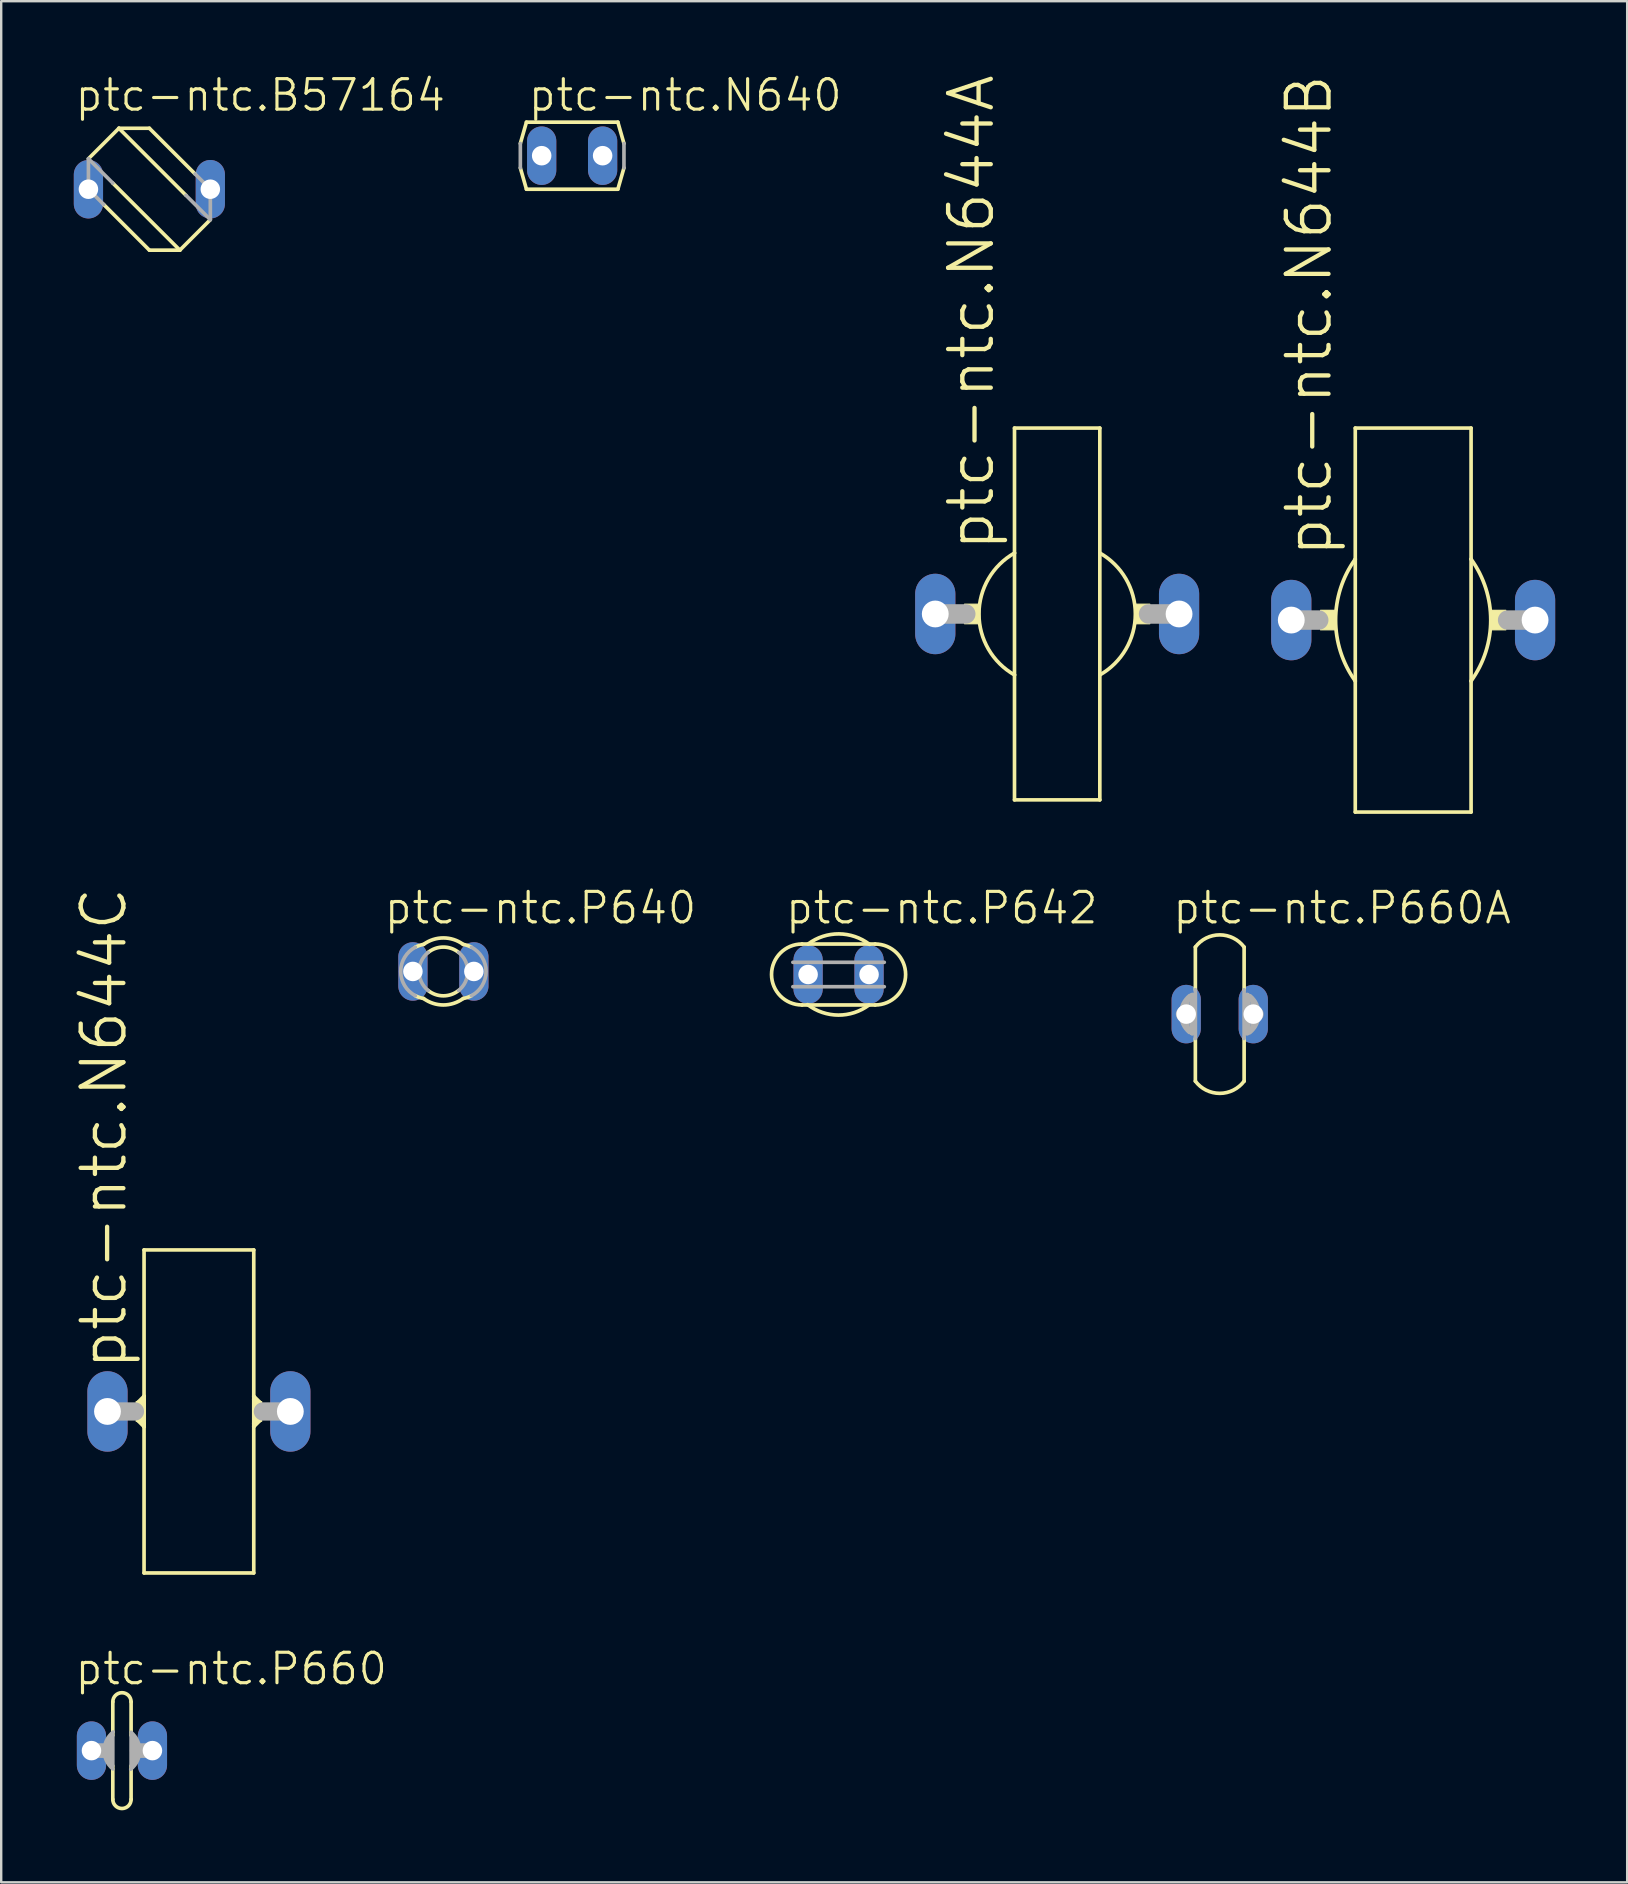
<source format=kicad_pcb>
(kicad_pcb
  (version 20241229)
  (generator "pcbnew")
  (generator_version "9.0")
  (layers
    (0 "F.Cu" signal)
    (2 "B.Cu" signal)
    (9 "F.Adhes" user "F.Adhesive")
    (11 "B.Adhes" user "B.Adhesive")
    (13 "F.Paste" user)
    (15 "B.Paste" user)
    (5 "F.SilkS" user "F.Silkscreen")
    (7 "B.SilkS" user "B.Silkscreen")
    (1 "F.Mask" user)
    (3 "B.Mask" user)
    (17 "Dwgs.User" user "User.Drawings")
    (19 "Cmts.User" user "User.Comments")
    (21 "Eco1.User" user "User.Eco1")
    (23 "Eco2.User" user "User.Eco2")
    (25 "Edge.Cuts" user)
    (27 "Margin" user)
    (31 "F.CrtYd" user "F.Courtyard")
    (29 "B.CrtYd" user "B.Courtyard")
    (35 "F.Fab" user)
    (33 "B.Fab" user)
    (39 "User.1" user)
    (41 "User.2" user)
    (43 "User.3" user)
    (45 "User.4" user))
  (footprint "ptc-ntc.N640"
    (layer "F.Cu")
    (at 20.793 3.438)
    (property "Reference" "ptc-ntc.N640" (at -1.905 -1.778 0) (layer "F.SilkS") (effects (font (size 1.27 1.27) (thickness 0.13)) (justify left bottom)))
    (attr through_hole)
    (fp_line (start -2.159 0.508) (end -1.905 1.397) (stroke (width 0.152) (type default)) (layer "F.SilkS"))
    (fp_line (start -1.905 -1.397) (end -2.159 -0.508) (stroke (width 0.152) (type default)) (layer "F.SilkS"))
    (fp_line (start -1.905 -1.397) (end 1.905 -1.397) (stroke (width 0.152) (type default)) (layer "F.SilkS"))
    (fp_line (start 1.905 -1.397) (end 2.159 -0.508) (stroke (width 0.152) (type default)) (layer "F.SilkS"))
    (fp_line (start 1.905 1.397) (end -1.905 1.397) (stroke (width 0.152) (type default)) (layer "F.SilkS"))
    (fp_line (start 2.159 0.508) (end 1.905 1.397) (stroke (width 0.152) (type default)) (layer "F.SilkS"))
    (fp_line (start -2.159 -0.508) (end -2.159 0.508) (stroke (width 0.152) (type default)) (layer "F.Fab"))
    (fp_line (start 2.159 -0.508) (end 2.159 0.508) (stroke (width 0.152) (type default)) (layer "F.Fab"))
    (pad "1" thru_hole oval (at -1.27 0 90) (size 2.438 1.219) (drill 0.813) (layers "*.Cu" "*.Mask"))
    (pad "2" thru_hole oval (at 1.27 0 90) (size 2.438 1.219) (drill 0.813) (layers "*.Cu" "*.Mask")))
  (footprint "ptc-ntc.B57164"
    (layer "F.Cu")
    (at 3.175 4.835)
    (property "Reference" "ptc-ntc.B57164" (at -3.175 -3.175 0) (layer "F.SilkS") (effects (font (size 1.27 1.27) (thickness 0.13)) (justify left bottom)))
    (attr through_hole)
    (fp_line (start -2.54 -1.27) (end -1.27 -2.54) (stroke (width 0.152) (type default)) (layer "F.SilkS"))
    (fp_line (start -1.905 0.635) (end 0 2.54) (stroke (width 0.152) (type default)) (layer "F.SilkS"))
    (fp_line (start -1.27 -2.54) (end 0 -2.54) (stroke (width 0.152) (type default)) (layer "F.SilkS"))
    (fp_line (start -1.27 -2.54) (end 1.524 0.254) (stroke (width 0.152) (type default)) (layer "F.SilkS"))
    (fp_line (start 0 -2.54) (end 1.905 -0.635) (stroke (width 0.152) (type default)) (layer "F.SilkS"))
    (fp_line (start 0 2.54) (end 1.27 2.54) (stroke (width 0.152) (type default)) (layer "F.SilkS"))
    (fp_line (start 1.27 2.54) (end -1.524 -0.254) (stroke (width 0.152) (type default)) (layer "F.SilkS"))
    (fp_line (start 2.54 1.27) (end 1.27 2.54) (stroke (width 0.152) (type default)) (layer "F.SilkS"))
    (fp_line (start -2.54 -1.27) (end -2.54 0) (stroke (width 0.152) (type default)) (layer "F.Fab"))
    (fp_line (start -2.54 0) (end -1.905 0.635) (stroke (width 0.152) (type default)) (layer "F.Fab"))
    (fp_line (start -1.524 -0.254) (end -2.54 -1.27) (stroke (width 0.152) (type default)) (layer "F.Fab"))
    (fp_line (start 1.524 0.254) (end 2.54 1.27) (stroke (width 0.152) (type default)) (layer "F.Fab"))
    (fp_line (start 1.905 -0.635) (end 2.54 0) (stroke (width 0.152) (type default)) (layer "F.Fab"))
    (fp_line (start 2.54 0) (end 2.54 1.27) (stroke (width 0.152) (type default)) (layer "F.Fab"))
    (pad "1" thru_hole oval (at -2.54 0 90) (size 2.438 1.219) (drill 0.813) (layers "*.Cu" "*.Mask"))
    (pad "2" thru_hole oval (at 2.54 0 90) (size 2.438 1.219) (drill 0.813) (layers "*.Cu" "*.Mask")))
  (footprint "ptc-ntc.P660A"
    (layer "F.Cu")
    (at 47.78 39.211)
    (property "Reference" "ptc-ntc.P660A" (at -2.032 -3.683 0) (layer "F.SilkS") (effects (font (size 1.27 1.27) (thickness 0.13)) (justify left bottom)))
    (attr through_hole)
    (fp_line (start -1.016 -2.794) (end -1.016 -1.016) (stroke (width 0.152) (type default)) (layer "F.SilkS"))
    (fp_line (start -1.016 1.016) (end -1.016 2.794) (stroke (width 0.152) (type default)) (layer "F.SilkS"))
    (fp_line (start 1.016 -1.016) (end 1.016 -2.794) (stroke (width 0.152) (type default)) (layer "F.SilkS"))
    (fp_line (start 1.016 2.794) (end 1.016 1.016) (stroke (width 0.152) (type default)) (layer "F.SilkS"))
    (fp_arc (start -1.016 -2.794) (mid 0 -3.302) (end 1.016 -2.794) (stroke (width 0.1524) (type default)) (layer "F.SilkS"))
    (fp_arc (start 1.016 2.794) (mid 0 3.302) (end -1.016 2.794) (stroke (width 0.1524) (type default)) (layer "F.SilkS"))
    (fp_line (start -1.397 -0.508) (end -1.397 0) (stroke (width 0.254) (type default)) (layer "F.Fab"))
    (fp_line (start -1.397 0) (end -1.524 0) (stroke (width 0.61) (type default)) (layer "F.Fab"))
    (fp_line (start -1.397 0) (end -1.397 0.508) (stroke (width 0.254) (type default)) (layer "F.Fab"))
    (fp_line (start -1.143 -0.762) (end -1.27 -0.635) (stroke (width 0.254) (type default)) (layer "F.Fab"))
    (fp_line (start -1.143 -0.762) (end -1.143 0.762) (stroke (width 0.254) (type default)) (layer "F.Fab"))
    (fp_line (start -1.143 0.762) (end -1.27 0.635) (stroke (width 0.254) (type default)) (layer "F.Fab"))
    (fp_line (start -1.016 1.016) (end -1.016 -1.016) (stroke (width 0.152) (type default)) (layer "F.Fab"))
    (fp_line (start 1.016 -1.016) (end 1.016 1.016) (stroke (width 0.152) (type default)) (layer "F.Fab"))
    (fp_line (start 1.143 -0.762) (end 1.143 0.762) (stroke (width 0.254) (type default)) (layer "F.Fab"))
    (fp_line (start 1.143 -0.762) (end 1.27 -0.635) (stroke (width 0.254) (type default)) (layer "F.Fab"))
    (fp_line (start 1.143 0.762) (end 1.27 0.635) (stroke (width 0.254) (type default)) (layer "F.Fab"))
    (fp_line (start 1.397 0) (end 1.397 -0.508) (stroke (width 0.254) (type default)) (layer "F.Fab"))
    (fp_line (start 1.397 0) (end 1.524 0) (stroke (width 0.61) (type default)) (layer "F.Fab"))
    (fp_line (start 1.397 0.508) (end 1.397 0) (stroke (width 0.254) (type default)) (layer "F.Fab"))
    (fp_arc (start -1.27 0.762) (mid -1.626823 -0.009904) (end -1.2546 -0.7745) (stroke (width 0.1524) (type default)) (layer "F.Fab"))
    (fp_arc (start 1.27 -0.762) (mid 1.626823 0.009904) (end 1.2546 0.7745) (stroke (width 0.1524) (type default)) (layer "F.Fab"))
    (pad "1" thru_hole oval (at -1.397 0 90) (size 2.438 1.219) (drill 0.813) (layers "*.Cu" "*.Mask"))
    (pad "2" thru_hole oval (at 1.397 0 90) (size 2.438 1.219) (drill 0.813) (layers "*.Cu" "*.Mask")))
  (footprint "ptc-ntc.N644C"
    (layer "F.Cu")
    (at 5.239 55.769)
    (property "Reference" "ptc-ntc.N644C" (at -2.921 -1.651 90) (layer "F.SilkS") (effects (font (size 1.778 1.778) (thickness 0.18)) (justify left bottom)))
    (attr through_hole)
    (fp_line (start -2.54 -0.381) (end -2.286 -0.635) (stroke (width 0.152) (type default)) (layer "F.SilkS"))
    (fp_line (start -2.54 0.381) (end -2.54 -0.381) (stroke (width 0.152) (type default)) (layer "F.SilkS"))
    (fp_line (start -2.54 0.381) (end -2.286 0.635) (stroke (width 0.152) (type default)) (layer "F.SilkS"))
    (fp_line (start -2.413 -0.381) (end -2.286 -0.508) (stroke (width 0.152) (type default)) (layer "F.SilkS"))
    (fp_line (start -2.413 0.381) (end -2.286 0.508) (stroke (width 0.152) (type default)) (layer "F.SilkS"))
    (fp_line (start -2.286 -6.731) (end -2.286 -0.635) (stroke (width 0.152) (type default)) (layer "F.SilkS"))
    (fp_line (start -2.286 -6.731) (end 2.286 -6.731) (stroke (width 0.152) (type default)) (layer "F.SilkS"))
    (fp_line (start -2.286 -0.635) (end -2.286 -0.508) (stroke (width 0.152) (type default)) (layer "F.SilkS"))
    (fp_line (start -2.286 -0.635) (end -2.286 0.635) (stroke (width 0.152) (type default)) (layer "F.SilkS"))
    (fp_line (start -2.286 -0.508) (end -2.286 0.508) (stroke (width 0.152) (type default)) (layer "F.SilkS"))
    (fp_line (start -2.286 0.508) (end -2.286 0.635) (stroke (width 0.152) (type default)) (layer "F.SilkS"))
    (fp_line (start -2.286 0.635) (end -2.286 6.731) (stroke (width 0.152) (type default)) (layer "F.SilkS"))
    (fp_line (start 2.286 -0.635) (end 2.286 -6.731) (stroke (width 0.152) (type default)) (layer "F.SilkS"))
    (fp_line (start 2.286 -0.508) (end 2.286 -0.635) (stroke (width 0.152) (type default)) (layer "F.SilkS"))
    (fp_line (start 2.286 0.508) (end 2.286 -0.508) (stroke (width 0.152) (type default)) (layer "F.SilkS"))
    (fp_line (start 2.286 0.635) (end 2.286 0.508) (stroke (width 0.152) (type default)) (layer "F.SilkS"))
    (fp_line (start 2.286 6.731) (end -2.286 6.731) (stroke (width 0.152) (type default)) (layer "F.SilkS"))
    (fp_line (start 2.286 6.731) (end 2.286 0.635) (stroke (width 0.152) (type default)) (layer "F.SilkS"))
    (fp_line (start 2.413 -0.381) (end 2.286 -0.508) (stroke (width 0.152) (type default)) (layer "F.SilkS"))
    (fp_line (start 2.413 0.381) (end 2.286 0.508) (stroke (width 0.152) (type default)) (layer "F.SilkS"))
    (fp_line (start 2.54 -0.381) (end 2.286 -0.635) (stroke (width 0.152) (type default)) (layer "F.SilkS"))
    (fp_line (start 2.54 -0.381) (end 2.54 0.381) (stroke (width 0.152) (type default)) (layer "F.SilkS"))
    (fp_line (start 2.54 0.381) (end 2.286 0.635) (stroke (width 0.152) (type default)) (layer "F.SilkS"))
    (fp_rect (start -2.616 0.406) (end -2.286 -0.406) (stroke (width 0.05) (type default)) (fill yes) (layer "F.SilkS"))
    (fp_rect (start 2.286 0.406) (end 2.616 -0.406) (stroke (width 0.05) (type default)) (fill yes) (layer "F.SilkS"))
    (fp_line (start -3.81 0) (end -2.667 0) (stroke (width 0.762) (type default)) (layer "F.Fab"))
    (fp_line (start 3.81 0) (end 2.667 0) (stroke (width 0.762) (type default)) (layer "F.Fab"))
    (pad "1" thru_hole oval (at -3.81 0 90) (size 3.353 1.676) (drill 1.118) (layers "*.Cu" "*.Mask"))
    (pad "2" thru_hole oval (at 3.81 0 90) (size 3.353 1.676) (drill 1.118) (layers "*.Cu" "*.Mask")))
  (footprint "ptc-ntc.P640"
    (layer "F.Cu")
    (at 15.427 37.433)
    (property "Reference" "ptc-ntc.P640" (at -2.54 -1.905 0) (layer "F.SilkS") (effects (font (size 1.27 1.27) (thickness 0.13)) (justify left bottom)))
    (attr through_hole)
    (fp_arc (start -1.1684 -1.0109) (mid -1.001576 -1.082612) (end -0.8255 -1.127) (stroke (width 0.1524) (type default)) (layer "F.SilkS"))
    (fp_arc (start -0.8255 -1.127) (mid 0 -1.396989) (end 0.8255 -1.127) (stroke (width 0.1524) (type default)) (layer "F.SilkS"))
    (fp_arc (start -0.8255 1.127) (mid -1.001576 1.082612) (end -1.1684 1.0109) (stroke (width 0.1524) (type default)) (layer "F.SilkS"))
    (fp_arc (start -0.635 -0.7931) (mid 0 -1.015988) (end 0.635 -0.7931) (stroke (width 0.1524) (type default)) (layer "F.SilkS"))
    (fp_arc (start 0.635 0.7931) (mid 0 1.015988) (end -0.635 0.7931) (stroke (width 0.1524) (type default)) (layer "F.SilkS"))
    (fp_arc (start 0.8255 -1.127) (mid 1.001576 -1.082612) (end 1.1684 -1.0109) (stroke (width 0.1524) (type default)) (layer "F.SilkS"))
    (fp_arc (start 0.8255 1.127) (mid 0 1.396989) (end -0.8255 1.127) (stroke (width 0.1524) (type default)) (layer "F.SilkS"))
    (fp_arc (start 1.1684 1.0109) (mid 1.001576 1.082612) (end 0.8255 1.127) (stroke (width 0.1524) (type default)) (layer "F.SilkS"))
    (fp_arc (start -1.1684 1.0109) (mid -1.777994 0) (end -1.1684 -1.0109) (stroke (width 0.1524) (type default)) (layer "F.Fab"))
    (fp_arc (start -0.635 0.7931) (mid -1.015988 0) (end -0.635 -0.7931) (stroke (width 0.1524) (type default)) (layer "F.Fab"))
    (fp_arc (start 0.635 -0.7931) (mid 1.015988 0) (end 0.635 0.7931) (stroke (width 0.1524) (type default)) (layer "F.Fab"))
    (fp_arc (start 1.1684 -1.0109) (mid 1.777994 0) (end 1.1684 1.0109) (stroke (width 0.1524) (type default)) (layer "F.Fab"))
    (pad "1" thru_hole oval (at -1.27 0 90) (size 2.438 1.219) (drill 0.813) (layers "*.Cu" "*.Mask"))
    (pad "2" thru_hole oval (at 1.27 0 90) (size 2.438 1.219) (drill 0.813) (layers "*.Cu" "*.Mask")))
  (footprint "ptc-ntc.P660"
    (layer "F.Cu")
    (at 2.032 69.903)
    (property "Reference" "ptc-ntc.P660" (at -2.032 -2.667 0) (layer "F.SilkS") (effects (font (size 1.27 1.27) (thickness 0.13)) (justify left bottom)))
    (attr through_hole)
    (fp_line (start -0.381 -2.032) (end -0.381 -0.635) (stroke (width 0.152) (type default)) (layer "F.SilkS"))
    (fp_line (start -0.381 0.635) (end -0.381 2.032) (stroke (width 0.152) (type default)) (layer "F.SilkS"))
    (fp_line (start 0.381 -0.635) (end 0.381 -2.032) (stroke (width 0.152) (type default)) (layer "F.SilkS"))
    (fp_line (start 0.381 2.032) (end 0.381 0.635) (stroke (width 0.152) (type default)) (layer "F.SilkS"))
    (fp_arc (start -0.381 -2.032) (mid 0 -2.413) (end 0.381 -2.032) (stroke (width 0.1524) (type default)) (layer "F.SilkS"))
    (fp_arc (start 0.381 2.032) (mid 0 2.413) (end -0.381 2.032) (stroke (width 0.1524) (type default)) (layer "F.SilkS"))
    (fp_line (start -1.27 0) (end -0.635 0) (stroke (width 0.61) (type default)) (layer "F.Fab"))
    (fp_line (start -0.508 -0.508) (end -0.508 0.508) (stroke (width 0.254) (type default)) (layer "F.Fab"))
    (fp_line (start -0.381 -0.635) (end -0.381 0.635) (stroke (width 0.152) (type default)) (layer "F.Fab"))
    (fp_line (start 0.381 0.635) (end 0.381 -0.635) (stroke (width 0.152) (type default)) (layer "F.Fab"))
    (fp_line (start 0.508 0.508) (end 0.508 -0.508) (stroke (width 0.254) (type default)) (layer "F.Fab"))
    (fp_line (start 1.27 0) (end 0.635 0) (stroke (width 0.61) (type default)) (layer "F.Fab"))
    (fp_arc (start -0.381 0.762) (mid -0.737823 -0.009904) (end -0.3656 -0.7745) (stroke (width 0.1524) (type default)) (layer "F.Fab"))
    (fp_arc (start 0.381 -0.762) (mid 0.737823 0.009904) (end 0.3656 0.7745) (stroke (width 0.1524) (type default)) (layer "F.Fab"))
    (pad "1" thru_hole oval (at -1.27 0 90) (size 2.438 1.219) (drill 0.813) (layers "*.Cu" "*.Mask"))
    (pad "2" thru_hole oval (at 1.27 0 90) (size 2.438 1.219) (drill 0.813) (layers "*.Cu" "*.Mask")))
  (footprint "ptc-ntc.P642"
    (layer "F.Cu")
    (at 31.896 37.56)
    (property "Reference" "ptc-ntc.P642" (at -2.286 -2.032 0) (layer "F.SilkS") (effects (font (size 1.27 1.27) (thickness 0.13)) (justify left bottom)))
    (attr through_hole)
    (fp_line (start -1.524 1.27) (end 1.524 1.27) (stroke (width 0.152) (type default)) (layer "F.SilkS"))
    (fp_line (start 1.524 -1.27) (end -1.524 -1.27) (stroke (width 0.152) (type default)) (layer "F.SilkS"))
    (fp_arc (start -1.524 1.27) (mid -2.794 0) (end -1.524 -1.27) (stroke (width 0.1524) (type default)) (layer "F.SilkS"))
    (fp_arc (start -1.27 -1.27) (mid 0.011913 -1.691591) (end 1.289 -1.2556) (stroke (width 0.1524) (type default)) (layer "F.SilkS"))
    (fp_arc (start 1.27 1.27) (mid -0.011913 1.691591) (end -1.289 1.2556) (stroke (width 0.1524) (type default)) (layer "F.SilkS"))
    (fp_arc (start 1.524 -1.27) (mid 2.794 0) (end 1.524 1.27) (stroke (width 0.1524) (type default)) (layer "F.SilkS"))
    (fp_line (start -1.905 -0.508) (end 1.905 -0.508) (stroke (width 0.152) (type default)) (layer "F.Fab"))
    (fp_line (start -1.905 0.508) (end 1.905 0.508) (stroke (width 0.152) (type default)) (layer "F.Fab"))
    (pad "1" thru_hole oval (at -1.27 0 90) (size 2.438 1.219) (drill 0.813) (layers "*.Cu" "*.Mask"))
    (pad "2" thru_hole oval (at 1.27 0 90) (size 2.438 1.219) (drill 0.813) (layers "*.Cu" "*.Mask")))
  (footprint "ptc-ntc.N644B"
    (layer "F.Cu")
    (at 55.841 22.79)
    (property "Reference" "ptc-ntc.N644B" (at -3.302 -2.54 90) (layer "F.SilkS") (effects (font (size 1.778 1.778) (thickness 0.18)) (justify left bottom)))
    (attr through_hole)
    (fp_line (start -2.413 -8.001) (end -2.413 -2.54) (stroke (width 0.152) (type default)) (layer "F.SilkS"))
    (fp_line (start -2.413 -8.001) (end 2.413 -8.001) (stroke (width 0.152) (type default)) (layer "F.SilkS"))
    (fp_line (start -2.413 -2.54) (end -2.413 2.54) (stroke (width 0.152) (type default)) (layer "F.SilkS"))
    (fp_line (start -2.413 2.54) (end -2.413 8.001) (stroke (width 0.152) (type default)) (layer "F.SilkS"))
    (fp_line (start 2.413 -2.54) (end 2.413 -8.001) (stroke (width 0.152) (type default)) (layer "F.SilkS"))
    (fp_line (start 2.413 2.54) (end 2.413 -2.54) (stroke (width 0.152) (type default)) (layer "F.SilkS"))
    (fp_line (start 2.413 8.001) (end -2.413 8.001) (stroke (width 0.152) (type default)) (layer "F.SilkS"))
    (fp_line (start 2.413 8.001) (end 2.413 2.54) (stroke (width 0.152) (type default)) (layer "F.SilkS"))
    (fp_rect (start -3.861 0.406) (end -3.226 -0.406) (stroke (width 0.05) (type default)) (fill yes) (layer "F.SilkS"))
    (fp_rect (start 3.226 0.406) (end 3.861 -0.406) (stroke (width 0.05) (type default)) (fill yes) (layer "F.SilkS"))
    (fp_arc (start -2.413 2.54) (mid -3.231963 0) (end -2.413 -2.54) (stroke (width 0.1524) (type default)) (layer "F.SilkS"))
    (fp_arc (start 2.413 -2.54) (mid 3.231926 0) (end 2.413 2.54) (stroke (width 0.1524) (type default)) (layer "F.SilkS"))
    (fp_line (start -5.08 0) (end -3.937 0) (stroke (width 0.813) (type default)) (layer "F.Fab"))
    (fp_line (start 5.08 0) (end 3.937 0) (stroke (width 0.813) (type default)) (layer "F.Fab"))
    (pad "1" thru_hole oval (at -5.08 0 90) (size 3.353 1.676) (drill 1.118) (layers "*.Cu" "*.Mask"))
    (pad "2" thru_hole oval (at 5.08 0 90) (size 3.353 1.676) (drill 1.118) (layers "*.Cu" "*.Mask")))
  (footprint "ptc-ntc.N644A"
    (layer "F.Cu")
    (at 41.005 22.536)
    (property "Reference" "ptc-ntc.N644A" (at -2.54 -2.54 90) (layer "F.SilkS") (effects (font (size 1.778 1.778) (thickness 0.18)) (justify left bottom)))
    (attr through_hole)
    (fp_line (start -1.778 -7.747) (end -1.778 -2.54) (stroke (width 0.152) (type default)) (layer "F.SilkS"))
    (fp_line (start -1.778 -7.747) (end 1.778 -7.747) (stroke (width 0.152) (type default)) (layer "F.SilkS"))
    (fp_line (start -1.778 -2.54) (end -1.778 2.54) (stroke (width 0.152) (type default)) (layer "F.SilkS"))
    (fp_line (start -1.778 2.54) (end -1.778 7.747) (stroke (width 0.152) (type default)) (layer "F.SilkS"))
    (fp_line (start 1.778 -2.54) (end 1.778 -7.747) (stroke (width 0.152) (type default)) (layer "F.SilkS"))
    (fp_line (start 1.778 2.54) (end 1.778 -2.54) (stroke (width 0.152) (type default)) (layer "F.SilkS"))
    (fp_line (start 1.778 7.747) (end -1.778 7.747) (stroke (width 0.152) (type default)) (layer "F.SilkS"))
    (fp_line (start 1.778 7.747) (end 1.778 2.54) (stroke (width 0.152) (type default)) (layer "F.SilkS"))
    (fp_rect (start -3.861 0.406) (end -3.226 -0.406) (stroke (width 0.05) (type default)) (fill yes) (layer "F.SilkS"))
    (fp_rect (start 3.226 0.406) (end 3.861 -0.406) (stroke (width 0.05) (type default)) (fill yes) (layer "F.SilkS"))
    (fp_arc (start -1.778 2.54) (mid -3.258809 0) (end -1.778 -2.54) (stroke (width 0.1524) (type default)) (layer "F.SilkS"))
    (fp_arc (start 1.778 -2.5401) (mid 3.258852 -0.00005) (end 1.778 2.54) (stroke (width 0.1524) (type default)) (layer "F.SilkS"))
    (fp_line (start -5.08 0) (end -3.81 0) (stroke (width 0.813) (type default)) (layer "F.Fab"))
    (fp_line (start 5.08 0) (end 3.81 0) (stroke (width 0.813) (type default)) (layer "F.Fab"))
    (pad "1" thru_hole oval (at -5.08 0 90) (size 3.353 1.676) (drill 1.118) (layers "*.Cu" "*.Mask"))
    (pad "2" thru_hole oval (at 5.08 0 90) (size 3.353 1.676) (drill 1.118) (layers "*.Cu" "*.Mask")))
  (gr_rect
    (start -3 -3)
    (end 64.759 75.392)
    (stroke (width 0.1) (type default))
    (fill no)
    (layer "Edge.Cuts")))
</source>
